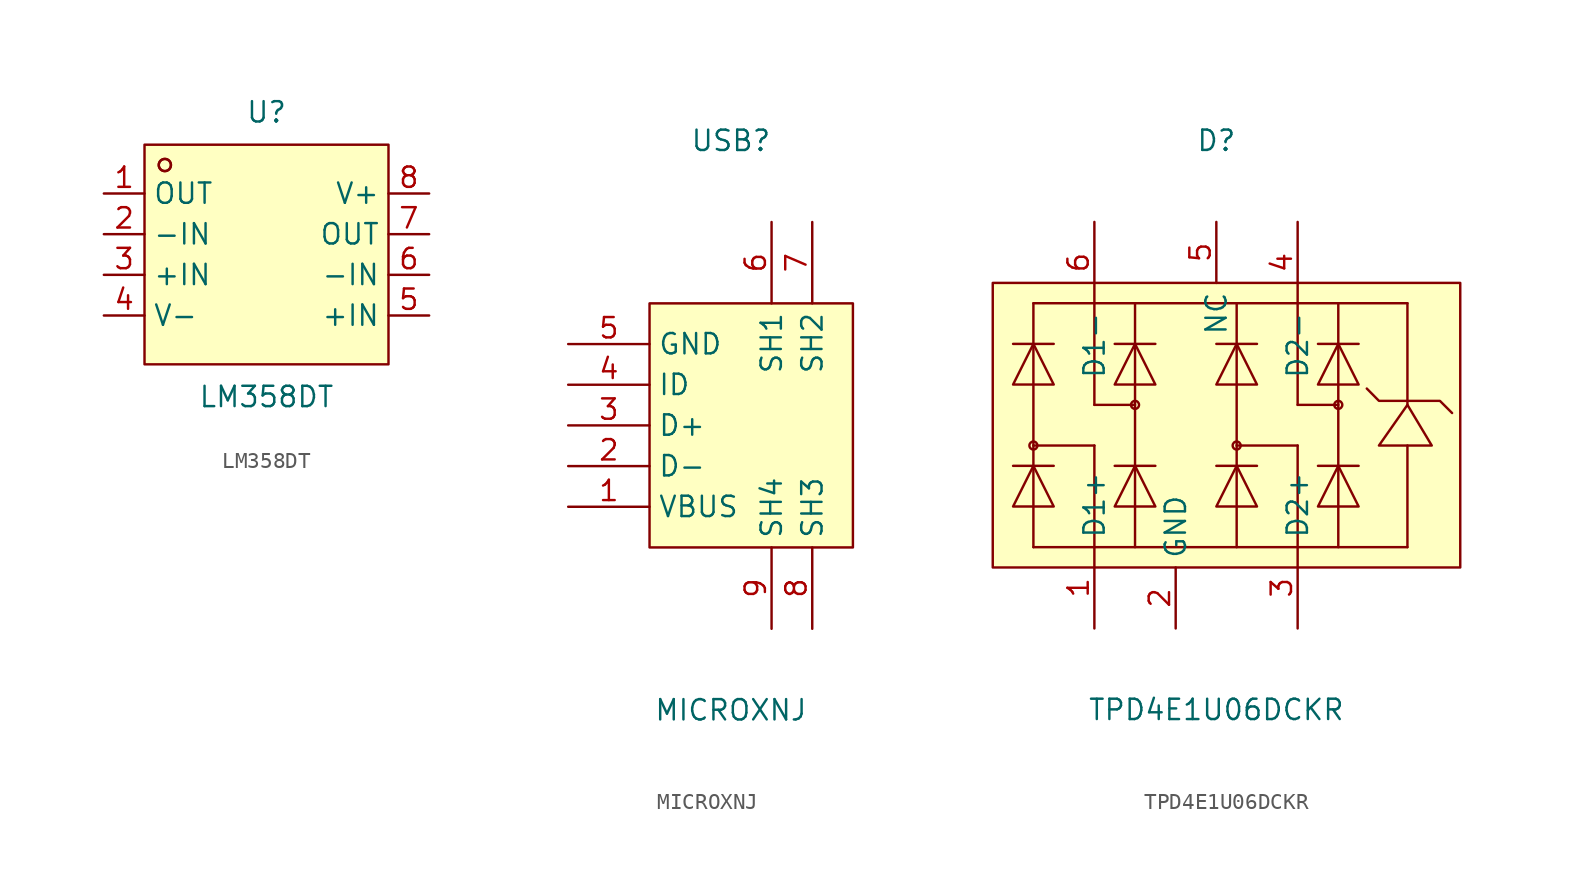
<source format=kicad_sym>
(kicad_symbol_lib
  (version 20231120)
  (generator "kicad_symbol_editor")
  (generator_version "8.0")
  (symbol "LM358DT"
    (property "Reference" "U"
      (at 0 8.89 0)
      (effects (font (size 1.27 1.27))))
    (property "Value" "LM358DT"
      (at 0 -8.89 0)
      (effects (font (size 1.27 1.27))))
    (symbol "LM358DT_0_1"
      (rectangle (start -7.62 6.86) (end 7.62 -6.86) (stroke (width 0) (type default)) (fill (type background)))
      (circle (center -6.35 5.59) (radius 0.38) (stroke (width 0) (type default)) (fill (type none)))
      (circle (center -6.35 5.59) (radius 0.38) (stroke (width 0) (type default)) (fill (type none)))
      (pin unspecified line (at -10.16 3.81 0) (length 2.54) (name "OUT" (effects (font (size 1.27 1.27)))) (number "1" (effects (font (size 1.27 1.27)))))
      (pin unspecified line (at -10.16 1.27 0) (length 2.54) (name "-IN" (effects (font (size 1.27 1.27)))) (number "2" (effects (font (size 1.27 1.27)))))
      (pin unspecified line (at -10.16 -1.27 0) (length 2.54) (name "+IN" (effects (font (size 1.27 1.27)))) (number "3" (effects (font (size 1.27 1.27)))))
      (pin unspecified line (at -10.16 -3.81 0) (length 2.54) (name "V-" (effects (font (size 1.27 1.27)))) (number "4" (effects (font (size 1.27 1.27)))))
      (pin unspecified line (at 10.16 -3.81 180) (length 2.54) (name "+IN" (effects (font (size 1.27 1.27)))) (number "5" (effects (font (size 1.27 1.27)))))
      (pin unspecified line (at 10.16 -1.27 180) (length 2.54) (name "-IN" (effects (font (size 1.27 1.27)))) (number "6" (effects (font (size 1.27 1.27)))))
      (pin unspecified line (at 10.16 1.27 180) (length 2.54) (name "OUT" (effects (font (size 1.27 1.27)))) (number "7" (effects (font (size 1.27 1.27)))))
      (pin unspecified line (at 10.16 3.81 180) (length 2.54) (name "V+" (effects (font (size 1.27 1.27)))) (number "8" (effects (font (size 1.27 1.27)))))))
  (symbol "MICROXNJ"
    (property "Reference" "USB"
      (at 0 17.78 0)
      (effects (font (size 1.27 1.27))))
    (property "Value" "MICROXNJ"
      (at 0 -17.78 0)
      (effects (font (size 1.27 1.27))))
    (symbol "MICROXNJ_0_1"
      (rectangle (start -5.08 7.62) (end 7.62 -7.62) (stroke (width 0) (type default)) (fill (type background)))
      (pin unspecified line (at -10.16 -5.08 0) (length 5.08) (name "VBUS" (effects (font (size 1.27 1.27)))) (number "1" (effects (font (size 1.27 1.27)))))
      (pin unspecified line (at -10.16 -2.54 0) (length 5.08) (name "D-" (effects (font (size 1.27 1.27)))) (number "2" (effects (font (size 1.27 1.27)))))
      (pin unspecified line (at -10.16 0 0) (length 5.08) (name "D+" (effects (font (size 1.27 1.27)))) (number "3" (effects (font (size 1.27 1.27)))))
      (pin unspecified line (at -10.16 2.54 0) (length 5.08) (name "ID" (effects (font (size 1.27 1.27)))) (number "4" (effects (font (size 1.27 1.27)))))
      (pin unspecified line (at -10.16 5.08 0) (length 5.08) (name "GND" (effects (font (size 1.27 1.27)))) (number "5" (effects (font (size 1.27 1.27)))))
      (pin unspecified line (at 2.54 12.7 270) (length 5.08) (name "SH1" (effects (font (size 1.27 1.27)))) (number "6" (effects (font (size 1.27 1.27)))))
      (pin unspecified line (at 5.08 12.7 270) (length 5.08) (name "SH2" (effects (font (size 1.27 1.27)))) (number "7" (effects (font (size 1.27 1.27)))))
      (pin unspecified line (at 5.08 -12.7 90) (length 5.08) (name "SH3" (effects (font (size 1.27 1.27)))) (number "8" (effects (font (size 1.27 1.27)))))
      (pin unspecified line (at 2.54 -12.7 90) (length 5.08) (name "SH4" (effects (font (size 1.27 1.27)))) (number "9" (effects (font (size 1.27 1.27)))))))
  (symbol "TPD4E1U06DCKR"
    (property "Reference" "D"
      (at 0 17.78 0)
      (effects (font (size 1.27 1.27))))
    (property "Value" "TPD4E1U06DCKR"
      (at 0 -17.78 0)
      (effects (font (size 1.27 1.27))))
    (symbol "TPD4E1U06DCKR_0_1"
      (rectangle (start -13.97 8.89) (end 15.24 -8.89) (stroke (width 0) (type default)) (fill (type background)))
      (circle (center -11.43 -1.27) (radius 0.25) (stroke (width 0) (type default)) (fill (type none)))
      (circle (center -5.08 1.27) (radius 0.25) (stroke (width 0) (type default)) (fill (type none)))
      (polyline (pts (xy -12.7 -2.54) (xy -11.43 -2.54)) (stroke (width 0) (type default)) (fill (type none)))
      (polyline (pts (xy -12.7 5.08) (xy -11.43 5.08)) (stroke (width 0) (type default)) (fill (type none)))
      (polyline (pts (xy -11.43 -7.62) (xy -11.43 7.62)) (stroke (width 0) (type default)) (fill (type none)))
      (polyline (pts (xy -11.43 -2.54) (xy -10.16 -2.54)) (stroke (width 0) (type default)) (fill (type none)))
      (polyline (pts (xy -11.43 5.08) (xy -10.16 5.08)) (stroke (width 0) (type default)) (fill (type none)))
      (polyline (pts (xy -7.62 -1.27) (xy -11.43 -1.27)) (stroke (width 0) (type default)) (fill (type none)))
      (polyline (pts (xy -7.62 -1.27) (xy -7.62 -7.62)) (stroke (width 0) (type default)) (fill (type none)))
      (polyline (pts (xy -7.62 1.27) (xy -5.08 1.27)) (stroke (width 0) (type default)) (fill (type none)))
      (polyline (pts (xy -7.62 7.62) (xy -7.62 1.27)) (stroke (width 0) (type default)) (fill (type none)))
      (polyline (pts (xy -6.35 -2.54) (xy -5.08 -2.54)) (stroke (width 0) (type default)) (fill (type none)))
      (polyline (pts (xy -6.35 5.08) (xy -5.08 5.08)) (stroke (width 0) (type default)) (fill (type none)))
      (polyline (pts (xy -5.08 -7.62) (xy -5.08 7.62)) (stroke (width 0) (type default)) (fill (type none)))
      (polyline (pts (xy -5.08 -2.54) (xy -3.81 -2.54)) (stroke (width 0) (type default)) (fill (type none)))
      (polyline (pts (xy -5.08 5.08) (xy -3.81 5.08)) (stroke (width 0) (type default)) (fill (type none)))
      (polyline (pts (xy 1.27 -7.62) (xy 1.27 7.62)) (stroke (width 0) (type default)) (fill (type none)))
      (polyline (pts (xy 1.27 -2.54) (xy 0 -2.54)) (stroke (width 0) (type default)) (fill (type none)))
      (polyline (pts (xy 1.27 5.08) (xy 0 5.08)) (stroke (width 0) (type default)) (fill (type none)))
      (polyline (pts (xy 2.54 -2.54) (xy 1.27 -2.54)) (stroke (width 0) (type default)) (fill (type none)))
      (polyline (pts (xy 2.54 5.08) (xy 1.27 5.08)) (stroke (width 0) (type default)) (fill (type none)))
      (polyline (pts (xy 5.08 -1.27) (xy 1.27 -1.27)) (stroke (width 0) (type default)) (fill (type none)))
      (polyline (pts (xy 5.08 -1.27) (xy 5.08 -7.62)) (stroke (width 0) (type default)) (fill (type none)))
      (polyline (pts (xy 5.08 1.27) (xy 7.62 1.27)) (stroke (width 0) (type default)) (fill (type none)))
      (polyline (pts (xy 5.08 7.62) (xy 5.08 1.27)) (stroke (width 0) (type default)) (fill (type none)))
      (polyline (pts (xy 7.62 -7.62) (xy 7.62 7.62)) (stroke (width 0) (type default)) (fill (type none)))
      (polyline (pts (xy 7.62 -2.54) (xy 6.35 -2.54)) (stroke (width 0) (type default)) (fill (type none)))
      (polyline (pts (xy 7.62 5.08) (xy 6.35 5.08)) (stroke (width 0) (type default)) (fill (type none)))
      (polyline (pts (xy 8.89 -2.54) (xy 7.62 -2.54)) (stroke (width 0) (type default)) (fill (type none)))
      (polyline (pts (xy 8.89 5.08) (xy 7.62 5.08)) (stroke (width 0) (type default)) (fill (type none)))
      (polyline (pts (xy 11.94 -7.62) (xy -11.43 -7.62)) (stroke (width 0) (type default)) (fill (type none)))
      (polyline (pts (xy 11.94 -7.62) (xy 11.94 -1.27)) (stroke (width 0) (type default)) (fill (type none)))
      (polyline (pts (xy 11.94 1.27) (xy 11.94 7.62)) (stroke (width 0) (type default)) (fill (type none)))
      (polyline (pts (xy 11.94 7.62) (xy -11.43 7.62)) (stroke (width 0) (type default)) (fill (type none)))
      (polyline (pts (xy -10.16 -5.08) (xy -11.43 -2.54) (xy -12.7 -5.08) (xy -10.16 -5.08)) (stroke (width 0) (type default)) (fill (type background)))
      (polyline (pts (xy -10.16 2.54) (xy -11.43 5.08) (xy -12.7 2.54) (xy -10.16 2.54)) (stroke (width 0) (type default)) (fill (type background)))
      (polyline (pts (xy -3.81 -5.08) (xy -5.08 -2.54) (xy -6.35 -5.08) (xy -3.81 -5.08)) (stroke (width 0) (type default)) (fill (type background)))
      (polyline (pts (xy -3.81 2.54) (xy -5.08 5.08) (xy -6.35 2.54) (xy -3.81 2.54)) (stroke (width 0) (type default)) (fill (type background)))
      (polyline (pts (xy 0 -5.08) (xy 1.27 -2.54) (xy 2.54 -5.08) (xy 0 -5.08)) (stroke (width 0) (type default)) (fill (type background)))
      (polyline (pts (xy 0 2.54) (xy 1.27 5.08) (xy 2.54 2.54) (xy 0 2.54)) (stroke (width 0) (type default)) (fill (type background)))
      (polyline (pts (xy 6.35 -5.08) (xy 7.62 -2.54) (xy 8.89 -5.08) (xy 6.35 -5.08)) (stroke (width 0) (type default)) (fill (type background)))
      (polyline (pts (xy 6.35 2.54) (xy 7.62 5.08) (xy 8.89 2.54) (xy 6.35 2.54)) (stroke (width 0) (type default)) (fill (type background)))
      (polyline (pts (xy 13.46 -1.27) (xy 11.94 1.27) (xy 10.16 -1.27) (xy 13.46 -1.27)) (stroke (width 0) (type default)) (fill (type background)))
      (polyline (pts (xy 9.4 2.29) (xy 10.16 1.52) (xy 10.16 1.52) (xy 13.97 1.52) (xy 13.97 1.52) (xy 14.73 0.76)) (stroke (width 0) (type default)) (fill (type none)))
      (circle (center 1.27 -1.27) (radius 0.25) (stroke (width 0) (type default)) (fill (type none)))
      (circle (center 7.62 1.27) (radius 0.25) (stroke (width 0) (type default)) (fill (type none)))
      (pin unspecified line (at -7.62 -12.7 90) (length 5.08) (name "D1+" (effects (font (size 1.27 1.27)))) (number "1" (effects (font (size 1.27 1.27)))))
      (pin unspecified line (at -2.54 -12.7 90) (length 3.81) (name "GND" (effects (font (size 1.27 1.27)))) (number "2" (effects (font (size 1.27 1.27)))))
      (pin unspecified line (at 5.08 -12.7 90) (length 5.08) (name "D2+" (effects (font (size 1.27 1.27)))) (number "3" (effects (font (size 1.27 1.27)))))
      (pin unspecified line (at 5.08 12.7 270) (length 5.08) (name "D2-" (effects (font (size 1.27 1.27)))) (number "4" (effects (font (size 1.27 1.27)))))
      (pin unspecified line (at 0 12.7 270) (length 3.81) (name "NC" (effects (font (size 1.27 1.27)))) (number "5" (effects (font (size 1.27 1.27)))))
      (pin unspecified line (at -7.62 12.7 270) (length 5.08) (name "D1-" (effects (font (size 1.27 1.27)))) (number "6" (effects (font (size 1.27 1.27))))))))
</source>
